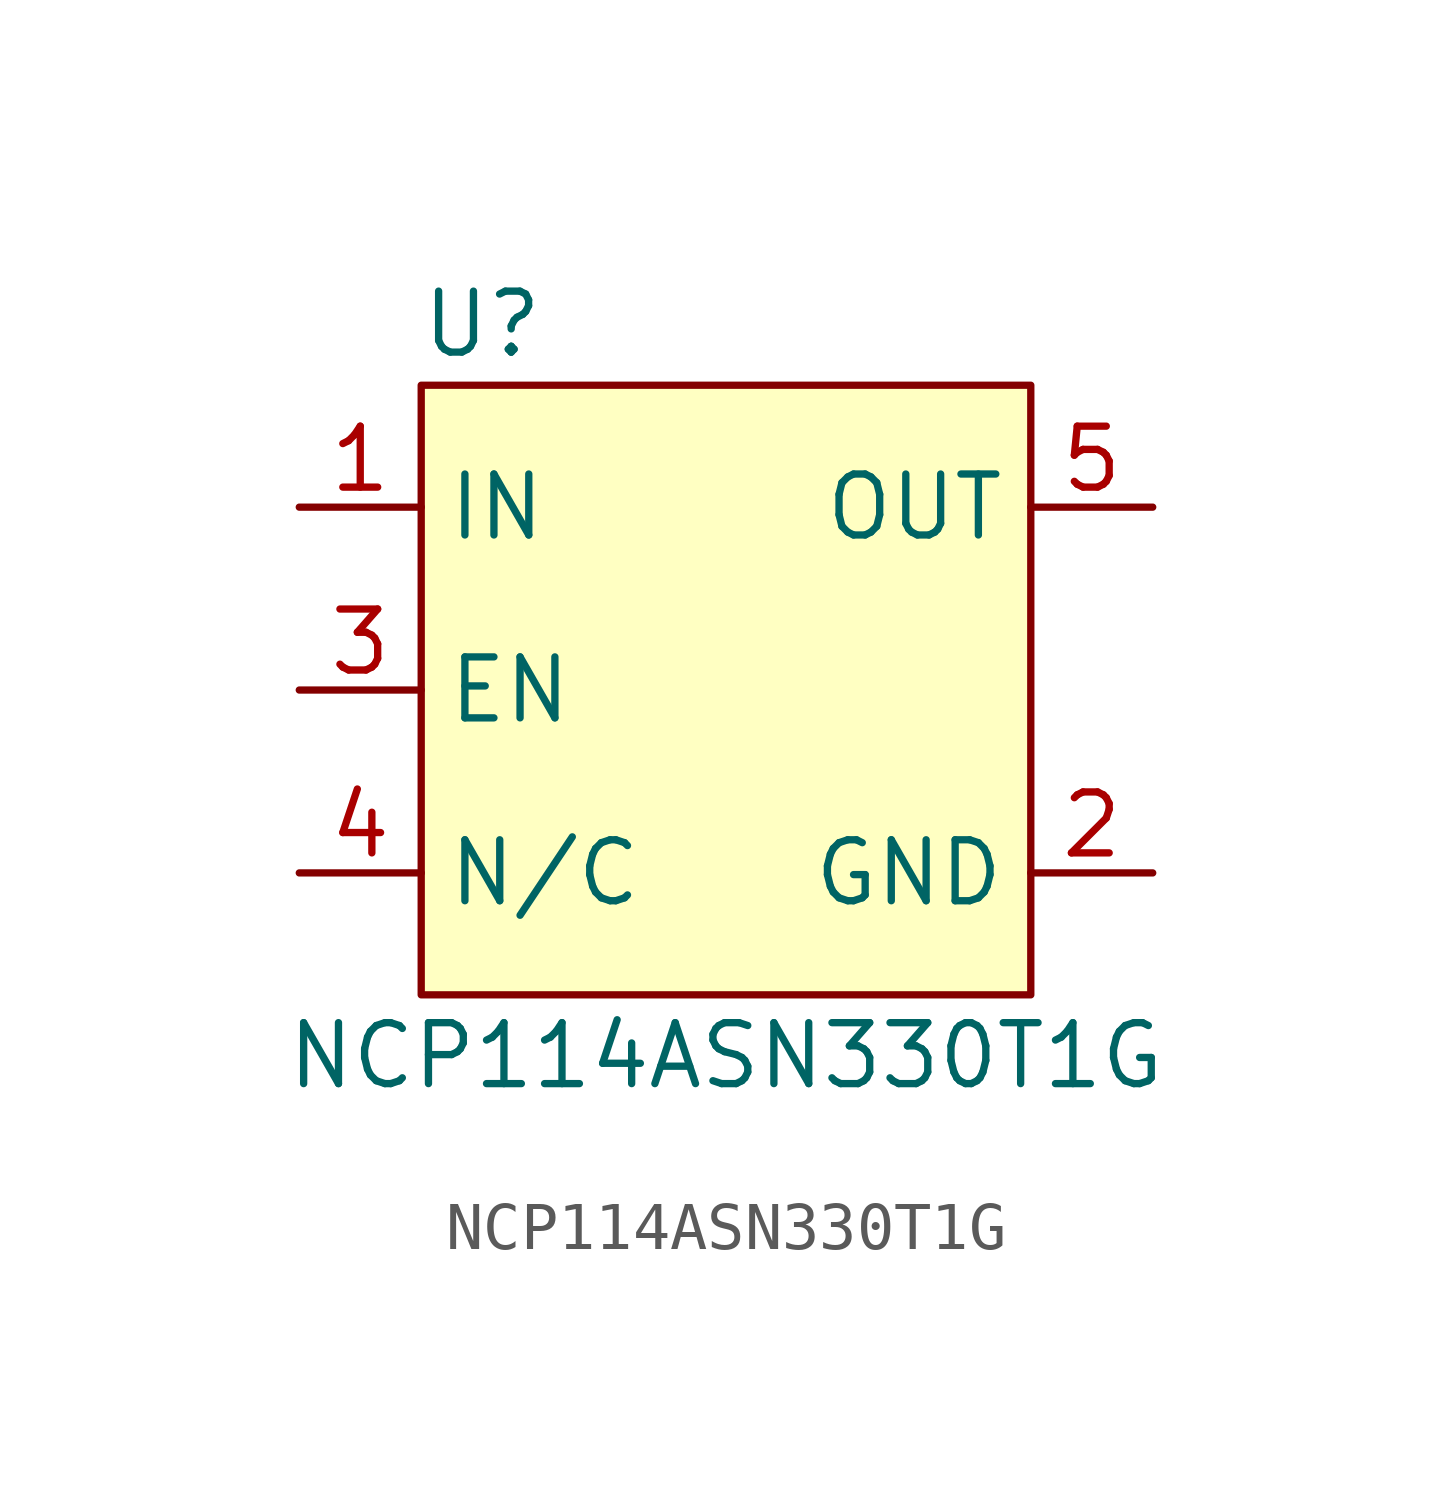
<source format=kicad_sym>
(kicad_symbol_lib
  (version 20241209)
  (generator "kicad_symbol_editor")
  (generator_version "9.0")
  (symbol "NCP114ASN330T1G"
    (property "Reference" "U"
      (at -5.08 7.62 0)
      (effects (font (size 1.27 1.27))))
    (property "Value" "NCP114ASN330T1G"
      (at 0 -7.62 0)
      (effects (font (size 1.27 1.27))))
    (symbol "NCP114ASN330T1G_0_1"
      (rectangle (start -6.35 6.35) (end 6.35 -6.35) (stroke (width 0) (type default)) (fill (type background)))
      (pin unspecified line (at -8.89 3.81 0) (length 2.54) (name "IN" (effects (font (size 1.27 1.27)))) (number "1" (effects (font (size 1.27 1.27)))))
      (pin unspecified line (at -8.89 0 0) (length 2.54) (name "EN" (effects (font (size 1.27 1.27)))) (number "3" (effects (font (size 1.27 1.27)))))
      (pin unspecified line (at -8.89 -3.81 0) (length 2.54) (name "N/C" (effects (font (size 1.27 1.27)))) (number "4" (effects (font (size 1.27 1.27)))))
      (pin unspecified line (at 8.89 3.81 180) (length 2.54) (name "OUT" (effects (font (size 1.27 1.27)))) (number "5" (effects (font (size 1.27 1.27)))))
      (pin unspecified line (at 8.89 -3.81 180) (length 2.54) (name "GND" (effects (font (size 1.27 1.27)))) (number "2" (effects (font (size 1.27 1.27))))))))
</source>
